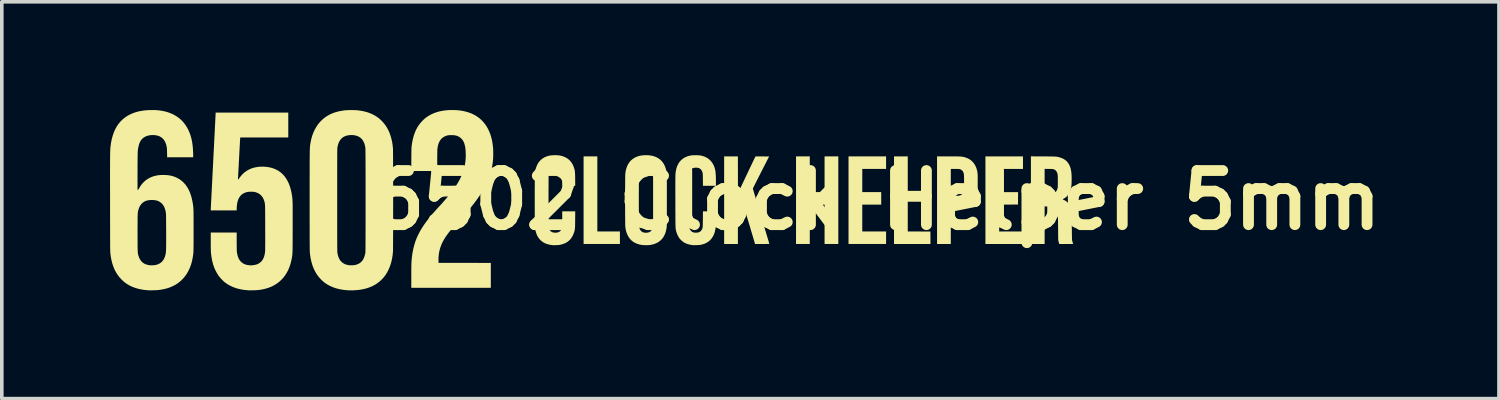
<source format=kicad_pcb>
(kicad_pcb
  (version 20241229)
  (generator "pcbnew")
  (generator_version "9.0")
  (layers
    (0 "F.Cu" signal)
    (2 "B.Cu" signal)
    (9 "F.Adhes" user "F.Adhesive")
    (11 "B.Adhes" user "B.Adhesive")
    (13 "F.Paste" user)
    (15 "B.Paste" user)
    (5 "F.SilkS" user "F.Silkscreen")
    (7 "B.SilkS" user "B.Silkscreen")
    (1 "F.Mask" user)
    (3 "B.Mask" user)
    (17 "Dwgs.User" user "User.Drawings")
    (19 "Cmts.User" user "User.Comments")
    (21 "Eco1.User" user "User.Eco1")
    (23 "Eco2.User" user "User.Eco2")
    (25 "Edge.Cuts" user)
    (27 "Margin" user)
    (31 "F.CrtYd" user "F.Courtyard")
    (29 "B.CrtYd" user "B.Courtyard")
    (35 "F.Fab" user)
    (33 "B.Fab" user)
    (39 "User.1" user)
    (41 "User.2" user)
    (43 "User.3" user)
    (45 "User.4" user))
  (footprint "6502 Clock Helper 5mm"
    (layer "F.Cu")
    (at 21.237 2.499)
    (property "Reference" "6502 Clock Helper 5mm" (at 0 0 0) (layer "F.SilkS") (effects (font (size 1.5 1.5) (thickness 0.3))))
    (attr board_only exclude_from_pos_files exclude_from_bom)
    (fp_poly (pts (xy -7.729 -0.173) (xy -7.729 0.867) (xy -7.416 0.867) (xy -7.103 0.867) (xy -7.103 1.041) (xy -7.103 1.214) (xy -7.606 1.214) (xy -8.11 1.214) (xy -8.11 0) (xy -8.11 -1.214) (xy -7.92 -1.214) (xy -7.729 -1.214)) (stroke (width 0) (type solid)) (fill yes) (layer "F.SilkS"))
    (fp_poly (pts (xy 0.876 -0.173) (xy 0.876 0.867) (xy 1.19 0.868) (xy 1.504 0.869) (xy 1.505 1.042) (xy 1.506 1.214) (xy 1.001 1.214) (xy 0.495 1.214) (xy 0.495 0) (xy 0.495 -1.214) (xy 0.685 -1.214) (xy 0.876 -1.214)) (stroke (width 0) (type solid)) (fill yes) (layer "F.SilkS"))
    (fp_poly (pts (xy -1.84 -0.719) (xy -1.84 -0.224) (xy -1.635 -0.224) (xy -1.43 -0.224) (xy -1.43 -0.719) (xy -1.43 -1.214) (xy -1.24 -1.214) (xy -1.049 -1.214) (xy -1.049 0) (xy -1.049 1.214) (xy -1.24 1.214) (xy -1.43 1.214) (xy -1.43 0.668) (xy -1.43 0.123) (xy -1.635 0.123) (xy -1.84 0.123) (xy -1.84 0.668) (xy -1.84 1.214) (xy -2.031 1.214) (xy -2.221 1.214) (xy -2.221 0) (xy -2.221 -1.214) (xy -2.031 -1.214) (xy -1.84 -1.214)) (stroke (width 0) (type solid)) (fill yes) (layer "F.SilkS"))
    (fp_poly (pts (xy 0.275 -1.041) (xy 0.275 -0.867) (xy -0.055 -0.867) (xy -0.385 -0.867) (xy -0.385 -0.546) (xy -0.385 -0.224) (xy -0.123 -0.224) (xy 0.14 -0.224) (xy 0.14 -0.051) (xy 0.14 0.123) (xy -0.123 0.123) (xy -0.385 0.123) (xy -0.385 0.495) (xy -0.385 0.867) (xy -0.055 0.867) (xy 0.275 0.867) (xy 0.275 1.041) (xy 0.275 1.214) (xy -0.245 1.214) (xy -0.766 1.214) (xy -0.766 0) (xy -0.766 -1.214) (xy -0.245 -1.214) (xy 0.275 -1.214)) (stroke (width 0) (type solid)) (fill yes) (layer "F.SilkS"))
    (fp_poly (pts (xy 4.07 -1.041) (xy 4.07 -0.867) (xy 3.74 -0.867) (xy 3.41 -0.867) (xy 3.41 -0.546) (xy 3.41 -0.224) (xy 3.672 -0.224) (xy 3.934 -0.224) (xy 3.933 -0.052) (xy 3.932 0.121) (xy 3.671 0.122) (xy 3.41 0.123) (xy 3.41 0.495) (xy 3.41 0.867) (xy 3.74 0.867) (xy 4.07 0.867) (xy 4.07 1.041) (xy 4.07 1.214) (xy 3.549 1.214) (xy 3.029 1.214) (xy 3.029 0) (xy 3.029 -1.214) (xy 3.549 -1.214) (xy 4.07 -1.214)) (stroke (width 0) (type solid)) (fill yes) (layer "F.SilkS"))
    (fp_poly (pts (xy -3.832 -0.704) (xy -3.831 -0.193) (xy -3.59 -0.701) (xy -3.561 -0.762) (xy -3.533 -0.822) (xy -3.506 -0.879) (xy -3.48 -0.933) (xy -3.456 -0.983) (xy -3.434 -1.03) (xy -3.413 -1.073) (xy -3.396 -1.11) (xy -3.38 -1.142) (xy -3.367 -1.169) (xy -3.357 -1.19) (xy -3.351 -1.203) (xy -3.347 -1.21) (xy -3.347 -1.211) (xy -3.342 -1.212) (xy -3.33 -1.212) (xy -3.311 -1.213) (xy -3.286 -1.213) (xy -3.256 -1.213) (xy -3.222 -1.213) (xy -3.185 -1.213) (xy -3.155 -1.213) (xy -2.967 -1.212) (xy -3.193 -0.77) (xy -3.222 -0.713) (xy -3.25 -0.658) (xy -3.276 -0.605) (xy -3.302 -0.556) (xy -3.325 -0.51) (xy -3.346 -0.467) (xy -3.365 -0.43) (xy -3.382 -0.397) (xy -3.395 -0.369) (xy -3.406 -0.348) (xy -3.414 -0.333) (xy -3.417 -0.324) (xy -3.418 -0.323) (xy -3.417 -0.318) (xy -3.413 -0.306) (xy -3.408 -0.286) (xy -3.4 -0.26) (xy -3.39 -0.227) (xy -3.379 -0.188) (xy -3.365 -0.143) (xy -3.35 -0.093) (xy -3.334 -0.038) (xy -3.316 0.022) (xy -3.297 0.085) (xy -3.277 0.152) (xy -3.256 0.223) (xy -3.234 0.297) (xy -3.211 0.373) (xy -3.19 0.444) (xy -3.166 0.522) (xy -3.144 0.598) (xy -3.122 0.671) (xy -3.101 0.742) (xy -3.081 0.809) (xy -3.062 0.872) (xy -3.044 0.931) (xy -3.028 0.985) (xy -3.013 1.035) (xy -3 1.079) (xy -2.988 1.118) (xy -2.979 1.15) (xy -2.971 1.176) (xy -2.966 1.195) (xy -2.962 1.206) (xy -2.961 1.21) (xy -2.966 1.211) (xy -2.978 1.212) (xy -2.999 1.213) (xy -3.028 1.213) (xy -3.065 1.214) (xy -3.11 1.214) (xy -3.159 1.214) (xy -3.357 1.214) (xy -3.517 0.675) (xy -3.537 0.609) (xy -3.556 0.546) (xy -3.574 0.486) (xy -3.591 0.429) (xy -3.607 0.375) (xy -3.622 0.326) (xy -3.635 0.281) (xy -3.647 0.241) (xy -3.658 0.207) (xy -3.666 0.179) (xy -3.673 0.158) (xy -3.678 0.143) (xy -3.68 0.136) (xy -3.68 0.135) (xy -3.683 0.139) (xy -3.688 0.15) (xy -3.697 0.166) (xy -3.708 0.188) (xy -3.721 0.214) (xy -3.736 0.244) (xy -3.752 0.276) (xy -3.758 0.289) (xy -3.833 0.442) (xy -3.833 0.828) (xy -3.833 1.214) (xy -4.023 1.214) (xy -4.214 1.214) (xy -4.214 0) (xy -4.214 -1.214) (xy -4.023 -1.214) (xy -3.833 -1.214)) (stroke (width 0) (type solid)) (fill yes) (layer "F.SilkS"))
    (fp_poly (pts (xy 2.064 -1.214) (xy 2.123 -1.214) (xy 2.174 -1.214) (xy 2.219 -1.213) (xy 2.258 -1.213) (xy 2.292 -1.212) (xy 2.321 -1.21) (xy 2.347 -1.209) (xy 2.369 -1.207) (xy 2.389 -1.204) (xy 2.407 -1.201) (xy 2.424 -1.198) (xy 2.441 -1.194) (xy 2.458 -1.189) (xy 2.475 -1.184) (xy 2.481 -1.182) (xy 2.54 -1.159) (xy 2.594 -1.13) (xy 2.642 -1.094) (xy 2.685 -1.052) (xy 2.721 -1.004) (xy 2.753 -0.95) (xy 2.778 -0.889) (xy 2.791 -0.846) (xy 2.796 -0.827) (xy 2.801 -0.81) (xy 2.804 -0.793) (xy 2.807 -0.777) (xy 2.809 -0.759) (xy 2.811 -0.739) (xy 2.813 -0.717) (xy 2.814 -0.69) (xy 2.815 -0.66) (xy 2.815 -0.624) (xy 2.815 -0.582) (xy 2.815 -0.533) (xy 2.815 -0.495) (xy 2.815 -0.444) (xy 2.815 -0.4) (xy 2.815 -0.364) (xy 2.815 -0.333) (xy 2.814 -0.308) (xy 2.814 -0.287) (xy 2.813 -0.269) (xy 2.812 -0.255) (xy 2.811 -0.243) (xy 2.81 -0.232) (xy 2.808 -0.221) (xy 2.808 -0.22) (xy 2.794 -0.156) (xy 2.777 -0.099) (xy 2.756 -0.047) (xy 2.731 -0.001) (xy 2.701 0.042) (xy 2.674 0.073) (xy 2.642 0.104) (xy 2.61 0.13) (xy 2.574 0.152) (xy 2.558 0.16) (xy 2.525 0.176) (xy 2.492 0.189) (xy 2.458 0.2) (xy 2.423 0.208) (xy 2.384 0.215) (xy 2.341 0.219) (xy 2.292 0.222) (xy 2.237 0.224) (xy 2.192 0.224) (xy 2.069 0.224) (xy 2.069 0.719) (xy 2.069 1.214) (xy 1.878 1.214) (xy 1.688 1.214) (xy 1.688 0) (xy 1.688 -0.495) (xy 2.069 -0.495) (xy 2.069 -0.123) (xy 2.18 -0.123) (xy 2.219 -0.123) (xy 2.25 -0.123) (xy 2.275 -0.124) (xy 2.294 -0.126) (xy 2.307 -0.127) (xy 2.313 -0.129) (xy 2.347 -0.141) (xy 2.375 -0.159) (xy 2.397 -0.182) (xy 2.415 -0.211) (xy 2.427 -0.247) (xy 2.431 -0.264) (xy 2.432 -0.278) (xy 2.434 -0.298) (xy 2.435 -0.325) (xy 2.436 -0.357) (xy 2.437 -0.393) (xy 2.437 -0.432) (xy 2.437 -0.473) (xy 2.437 -0.514) (xy 2.437 -0.555) (xy 2.437 -0.593) (xy 2.436 -0.63) (xy 2.435 -0.662) (xy 2.434 -0.689) (xy 2.432 -0.711) (xy 2.431 -0.724) (xy 2.431 -0.725) (xy 2.42 -0.764) (xy 2.406 -0.796) (xy 2.386 -0.821) (xy 2.362 -0.84) (xy 2.356 -0.844) (xy 2.343 -0.85) (xy 2.331 -0.856) (xy 2.318 -0.86) (xy 2.304 -0.863) (xy 2.286 -0.865) (xy 2.264 -0.866) (xy 2.237 -0.867) (xy 2.203 -0.867) (xy 2.18 -0.867) (xy 2.069 -0.867) (xy 2.069 -0.495) (xy 1.688 -0.495) (xy 1.688 -1.214) (xy 1.998 -1.214)) (stroke (width 0) (type solid)) (fill yes) (layer "F.SilkS"))
    (fp_poly (pts (xy 4.627 -1.213) (xy 4.691 -1.213) (xy 4.747 -1.213) (xy 4.796 -1.212) (xy 4.838 -1.212) (xy 4.875 -1.211) (xy 4.906 -1.211) (xy 4.933 -1.21) (xy 4.956 -1.209) (xy 4.976 -1.207) (xy 4.993 -1.206) (xy 5.008 -1.204) (xy 5.022 -1.202) (xy 5.036 -1.199) (xy 5.049 -1.196) (xy 5.063 -1.192) (xy 5.078 -1.189) (xy 5.138 -1.169) (xy 5.192 -1.145) (xy 5.239 -1.115) (xy 5.28 -1.079) (xy 5.316 -1.038) (xy 5.346 -0.991) (xy 5.36 -0.963) (xy 5.376 -0.926) (xy 5.389 -0.886) (xy 5.399 -0.844) (xy 5.407 -0.798) (xy 5.413 -0.747) (xy 5.417 -0.69) (xy 5.419 -0.626) (xy 5.419 -0.586) (xy 5.418 -0.516) (xy 5.416 -0.454) (xy 5.411 -0.398) (xy 5.404 -0.349) (xy 5.395 -0.304) (xy 5.384 -0.264) (xy 5.369 -0.227) (xy 5.353 -0.193) (xy 5.333 -0.16) (xy 5.33 -0.157) (xy 5.306 -0.127) (xy 5.277 -0.097) (xy 5.244 -0.07) (xy 5.21 -0.048) (xy 5.187 -0.036) (xy 5.177 -0.031) (xy 5.171 -0.026) (xy 5.171 -0.025) (xy 5.175 -0.021) (xy 5.185 -0.016) (xy 5.199 -0.009) (xy 5.204 -0.007) (xy 5.247 0.015) (xy 5.284 0.042) (xy 5.316 0.074) (xy 5.343 0.111) (xy 5.366 0.154) (xy 5.385 0.205) (xy 5.396 0.247) (xy 5.4 0.264) (xy 5.404 0.28) (xy 5.407 0.296) (xy 5.409 0.313) (xy 5.412 0.33) (xy 5.414 0.349) (xy 5.415 0.371) (xy 5.417 0.395) (xy 5.418 0.423) (xy 5.419 0.455) (xy 5.42 0.492) (xy 5.421 0.535) (xy 5.422 0.584) (xy 5.422 0.639) (xy 5.423 0.702) (xy 5.423 0.742) (xy 5.424 0.805) (xy 5.425 0.86) (xy 5.425 0.907) (xy 5.426 0.948) (xy 5.426 0.983) (xy 5.427 1.012) (xy 5.427 1.037) (xy 5.428 1.057) (xy 5.429 1.074) (xy 5.43 1.087) (xy 5.43 1.098) (xy 5.432 1.108) (xy 5.433 1.116) (xy 5.434 1.123) (xy 5.435 1.127) (xy 5.44 1.148) (xy 5.446 1.168) (xy 5.451 1.184) (xy 5.453 1.188) (xy 5.458 1.2) (xy 5.461 1.209) (xy 5.462 1.212) (xy 5.458 1.213) (xy 5.446 1.213) (xy 5.427 1.213) (xy 5.403 1.214) (xy 5.373 1.214) (xy 5.34 1.214) (xy 5.302 1.214) (xy 5.269 1.214) (xy 5.076 1.214) (xy 5.072 1.203) (xy 5.069 1.194) (xy 5.065 1.179) (xy 5.06 1.16) (xy 5.057 1.146) (xy 5.046 1.102) (xy 5.043 0.747) (xy 5.042 0.68) (xy 5.041 0.622) (xy 5.041 0.571) (xy 5.04 0.527) (xy 5.039 0.49) (xy 5.039 0.458) (xy 5.038 0.431) (xy 5.037 0.409) (xy 5.036 0.392) (xy 5.035 0.378) (xy 5.034 0.367) (xy 5.033 0.359) (xy 5.033 0.357) (xy 5.023 0.314) (xy 5.01 0.278) (xy 4.994 0.249) (xy 4.973 0.225) (xy 4.948 0.206) (xy 4.917 0.192) (xy 4.901 0.186) (xy 4.891 0.183) (xy 4.88 0.18) (xy 4.869 0.179) (xy 4.854 0.177) (xy 4.836 0.176) (xy 4.812 0.175) (xy 4.782 0.175) (xy 4.771 0.174) (xy 4.67 0.173) (xy 4.67 0.693) (xy 4.67 1.214) (xy 4.48 1.214) (xy 4.29 1.214) (xy 4.29 -0.000211) (xy 4.29 -0.52) (xy 4.67 -0.52) (xy 4.67 -0.172) (xy 4.771 -0.175) (xy 4.806 -0.175) (xy 4.833 -0.176) (xy 4.854 -0.178) (xy 4.87 -0.179) (xy 4.883 -0.181) (xy 4.893 -0.183) (xy 4.895 -0.184) (xy 4.931 -0.198) (xy 4.962 -0.217) (xy 4.986 -0.24) (xy 5.005 -0.268) (xy 5.02 -0.304) (xy 5.027 -0.325) (xy 5.029 -0.334) (xy 5.031 -0.342) (xy 5.033 -0.352) (xy 5.034 -0.363) (xy 5.035 -0.377) (xy 5.035 -0.395) (xy 5.036 -0.417) (xy 5.036 -0.446) (xy 5.036 -0.48) (xy 5.036 -0.52) (xy 5.036 -0.568) (xy 5.036 -0.608) (xy 5.035 -0.641) (xy 5.034 -0.669) (xy 5.032 -0.692) (xy 5.03 -0.712) (xy 5.027 -0.728) (xy 5.023 -0.743) (xy 5.018 -0.757) (xy 5.012 -0.771) (xy 5.007 -0.782) (xy 4.989 -0.81) (xy 4.966 -0.833) (xy 4.938 -0.85) (xy 4.925 -0.855) (xy 4.918 -0.858) (xy 4.91 -0.86) (xy 4.902 -0.862) (xy 4.891 -0.864) (xy 4.877 -0.865) (xy 4.858 -0.865) (xy 4.834 -0.866) (xy 4.803 -0.866) (xy 4.786 -0.866) (xy 4.67 -0.868) (xy 4.67 -0.52) (xy 4.29 -0.52) (xy 4.29 -1.215)) (stroke (width 0) (type solid)) (fill yes) (layer "F.SilkS"))
    (fp_poly (pts (xy -11.659 -2.497) (xy -11.565 -2.49) (xy -11.513 -2.483) (xy -11.416 -2.465) (xy -11.324 -2.441) (xy -11.237 -2.411) (xy -11.156 -2.374) (xy -11.081 -2.331) (xy -11.011 -2.282) (xy -10.946 -2.226) (xy -10.932 -2.212) (xy -10.879 -2.155) (xy -10.833 -2.096) (xy -10.792 -2.034) (xy -10.754 -1.965) (xy -10.75 -1.957) (xy -10.716 -1.881) (xy -10.687 -1.803) (xy -10.663 -1.722) (xy -10.644 -1.636) (xy -10.63 -1.545) (xy -10.619 -1.447) (xy -10.619 -1.445) (xy -10.617 -1.415) (xy -10.616 -1.38) (xy -10.615 -1.339) (xy -10.615 -1.296) (xy -10.615 -1.252) (xy -10.616 -1.21) (xy -10.617 -1.17) (xy -10.619 -1.135) (xy -10.621 -1.11) (xy -10.635 -0.996) (xy -10.656 -0.884) (xy -10.683 -0.773) (xy -10.718 -0.663) (xy -10.759 -0.554) (xy -10.808 -0.445) (xy -10.865 -0.335) (xy -10.929 -0.225) (xy -11 -0.113) (xy -11.071 -0.013) (xy -11.115 0.047) (xy -11.161 0.107) (xy -11.209 0.168) (xy -11.26 0.229) (xy -11.314 0.294) (xy -11.372 0.361) (xy -11.436 0.431) (xy -11.504 0.506) (xy -11.536 0.542) (xy -11.596 0.606) (xy -11.65 0.666) (xy -11.699 0.721) (xy -11.743 0.771) (xy -11.783 0.819) (xy -11.82 0.863) (xy -11.853 0.905) (xy -11.883 0.945) (xy -11.911 0.984) (xy -11.937 1.022) (xy -11.962 1.06) (xy -11.964 1.064) (xy -12.012 1.148) (xy -12.052 1.233) (xy -12.084 1.321) (xy -12.108 1.411) (xy -12.124 1.503) (xy -12.132 1.599) (xy -12.132 1.684) (xy -12.131 1.737) (xy -11.407 1.738) (xy -10.682 1.739) (xy -10.682 2.084) (xy -10.682 2.428) (xy -11.784 2.428) (xy -12.886 2.428) (xy -12.886 2.106) (xy -12.886 2.037) (xy -12.886 1.977) (xy -12.886 1.924) (xy -12.885 1.877) (xy -12.885 1.836) (xy -12.884 1.801) (xy -12.883 1.77) (xy -12.882 1.743) (xy -12.881 1.72) (xy -12.88 1.7) (xy -12.88 1.699) (xy -12.869 1.579) (xy -12.853 1.466) (xy -12.833 1.358) (xy -12.807 1.255) (xy -12.777 1.155) (xy -12.74 1.058) (xy -12.697 0.963) (xy -12.648 0.868) (xy -12.592 0.773) (xy -12.529 0.677) (xy -12.458 0.579) (xy -12.449 0.567) (xy -12.417 0.526) (xy -12.386 0.486) (xy -12.353 0.446) (xy -12.319 0.405) (xy -12.283 0.363) (xy -12.243 0.318) (xy -12.199 0.269) (xy -12.151 0.216) (xy -12.127 0.19) (xy -12.04 0.095) (xy -11.96 0.004) (xy -11.886 -0.082) (xy -11.818 -0.165) (xy -11.756 -0.245) (xy -11.7 -0.322) (xy -11.649 -0.396) (xy -11.603 -0.468) (xy -11.562 -0.539) (xy -11.526 -0.608) (xy -11.494 -0.676) (xy -11.467 -0.744) (xy -11.443 -0.812) (xy -11.423 -0.88) (xy -11.407 -0.949) (xy -11.394 -1.019) (xy -11.391 -1.036) (xy -11.384 -1.087) (xy -11.38 -1.137) (xy -11.377 -1.19) (xy -11.376 -1.247) (xy -11.377 -1.292) (xy -11.38 -1.365) (xy -11.386 -1.43) (xy -11.395 -1.489) (xy -11.407 -1.541) (xy -11.422 -1.587) (xy -11.44 -1.628) (xy -11.462 -1.664) (xy -11.488 -1.697) (xy -11.518 -1.726) (xy -11.522 -1.729) (xy -11.558 -1.754) (xy -11.596 -1.774) (xy -11.639 -1.789) (xy -11.687 -1.799) (xy -11.741 -1.803) (xy -11.776 -1.804) (xy -11.818 -1.803) (xy -11.854 -1.8) (xy -11.887 -1.794) (xy -11.917 -1.785) (xy -11.948 -1.773) (xy -11.967 -1.764) (xy -12.01 -1.738) (xy -12.048 -1.706) (xy -12.08 -1.668) (xy -12.107 -1.624) (xy -12.129 -1.573) (xy -12.146 -1.516) (xy -12.158 -1.451) (xy -12.163 -1.418) (xy -12.163 -1.405) (xy -12.164 -1.384) (xy -12.165 -1.356) (xy -12.166 -1.322) (xy -12.166 -1.282) (xy -12.166 -1.237) (xy -12.167 -1.187) (xy -12.167 -1.134) (xy -12.167 -1.091) (xy -12.167 -0.808) (xy -12.527 -0.808) (xy -12.887 -0.808) (xy -12.885 -1.126) (xy -12.885 -1.188) (xy -12.884 -1.243) (xy -12.884 -1.29) (xy -12.883 -1.33) (xy -12.883 -1.365) (xy -12.882 -1.395) (xy -12.882 -1.42) (xy -12.881 -1.441) (xy -12.88 -1.46) (xy -12.879 -1.475) (xy -12.878 -1.489) (xy -12.876 -1.502) (xy -12.876 -1.504) (xy -12.86 -1.608) (xy -12.84 -1.705) (xy -12.815 -1.795) (xy -12.785 -1.88) (xy -12.75 -1.959) (xy -12.709 -2.033) (xy -12.662 -2.102) (xy -12.61 -2.166) (xy -12.554 -2.225) (xy -12.49 -2.281) (xy -12.42 -2.33) (xy -12.345 -2.373) (xy -12.264 -2.41) (xy -12.178 -2.441) (xy -12.116 -2.458) (xy -12.032 -2.476) (xy -11.942 -2.489) (xy -11.849 -2.497) (xy -11.754 -2.499)) (stroke (width 0) (type solid)) (fill yes) (layer "F.SilkS"))
    (fp_poly (pts (xy -8.863 -1.247) (xy -8.825 -1.245) (xy -8.794 -1.242) (xy -8.729 -1.23) (xy -8.668 -1.211) (xy -8.615 -1.189) (xy -8.562 -1.158) (xy -8.514 -1.121) (xy -8.471 -1.077) (xy -8.435 -1.027) (xy -8.404 -0.972) (xy -8.379 -0.91) (xy -8.379 -0.908) (xy -8.371 -0.886) (xy -8.365 -0.865) (xy -8.36 -0.845) (xy -8.356 -0.825) (xy -8.352 -0.804) (xy -8.35 -0.781) (xy -8.348 -0.755) (xy -8.346 -0.725) (xy -8.345 -0.69) (xy -8.344 -0.648) (xy -8.344 -0.6) (xy -8.344 -0.583) (xy -8.342 -0.398) (xy -8.522 -0.398) (xy -8.702 -0.398) (xy -8.702 -0.562) (xy -8.702 -0.606) (xy -8.703 -0.646) (xy -8.703 -0.68) (xy -8.704 -0.709) (xy -8.705 -0.73) (xy -8.706 -0.745) (xy -8.707 -0.75) (xy -8.718 -0.791) (xy -8.735 -0.826) (xy -8.757 -0.854) (xy -8.784 -0.876) (xy -8.816 -0.891) (xy -8.854 -0.899) (xy -8.889 -0.902) (xy -8.932 -0.899) (xy -8.969 -0.891) (xy -9 -0.876) (xy -9.026 -0.855) (xy -9.048 -0.828) (xy -9.065 -0.793) (xy -9.073 -0.768) (xy -9.074 -0.764) (xy -9.075 -0.76) (xy -9.076 -0.755) (xy -9.077 -0.748) (xy -9.077 -0.739) (xy -9.078 -0.728) (xy -9.078 -0.715) (xy -9.079 -0.698) (xy -9.079 -0.678) (xy -9.08 -0.655) (xy -9.08 -0.627) (xy -9.08 -0.595) (xy -9.081 -0.557) (xy -9.081 -0.515) (xy -9.081 -0.466) (xy -9.081 -0.412) (xy -9.081 -0.351) (xy -9.082 -0.283) (xy -9.082 -0.208) (xy -9.082 -0.126) (xy -9.082 -0.035) (xy -9.082 -0.019) (xy -9.082 0.082) (xy -9.082 0.175) (xy -9.082 0.26) (xy -9.082 0.338) (xy -9.082 0.407) (xy -9.082 0.47) (xy -9.082 0.525) (xy -9.082 0.573) (xy -9.081 0.615) (xy -9.081 0.65) (xy -9.081 0.68) (xy -9.08 0.703) (xy -9.08 0.72) (xy -9.079 0.732) (xy -9.079 0.738) (xy -9.071 0.772) (xy -9.06 0.804) (xy -9.046 0.832) (xy -9.03 0.852) (xy -9.005 0.873) (xy -8.976 0.888) (xy -8.943 0.897) (xy -8.904 0.901) (xy -8.888 0.902) (xy -8.846 0.898) (xy -8.808 0.888) (xy -8.777 0.872) (xy -8.751 0.85) (xy -8.731 0.821) (xy -8.723 0.806) (xy -8.719 0.795) (xy -8.715 0.784) (xy -8.712 0.772) (xy -8.709 0.76) (xy -8.707 0.745) (xy -8.705 0.728) (xy -8.704 0.706) (xy -8.703 0.68) (xy -8.703 0.649) (xy -8.702 0.612) (xy -8.702 0.568) (xy -8.702 0.518) (xy -8.702 0.309) (xy -8.522 0.309) (xy -8.342 0.309) (xy -8.344 0.538) (xy -8.344 0.593) (xy -8.345 0.641) (xy -8.345 0.682) (xy -8.346 0.716) (xy -8.347 0.746) (xy -8.349 0.772) (xy -8.351 0.794) (xy -8.354 0.814) (xy -8.357 0.833) (xy -8.361 0.85) (xy -8.366 0.868) (xy -8.372 0.887) (xy -8.379 0.907) (xy -8.379 0.908) (xy -8.404 0.971) (xy -8.435 1.027) (xy -8.472 1.078) (xy -8.515 1.122) (xy -8.546 1.147) (xy -8.585 1.173) (xy -8.63 1.196) (xy -8.681 1.215) (xy -8.734 1.231) (xy -8.789 1.241) (xy -8.791 1.242) (xy -8.81 1.244) (xy -8.835 1.245) (xy -8.864 1.246) (xy -8.894 1.247) (xy -8.924 1.247) (xy -8.951 1.247) (xy -8.974 1.246) (xy -8.988 1.245) (xy -9.059 1.233) (xy -9.124 1.216) (xy -9.183 1.193) (xy -9.236 1.163) (xy -9.283 1.128) (xy -9.317 1.095) (xy -9.355 1.05) (xy -9.386 1.001) (xy -9.411 0.948) (xy -9.432 0.889) (xy -9.447 0.824) (xy -9.457 0.762) (xy -9.458 0.75) (xy -9.459 0.73) (xy -9.46 0.702) (xy -9.461 0.668) (xy -9.461 0.628) (xy -9.462 0.582) (xy -9.462 0.531) (xy -9.463 0.476) (xy -9.463 0.416) (xy -9.464 0.353) (xy -9.464 0.287) (xy -9.464 0.219) (xy -9.464 0.15) (xy -9.464 0.079) (xy -9.464 0.007) (xy -9.464 -0.065) (xy -9.464 -0.136) (xy -9.464 -0.206) (xy -9.464 -0.274) (xy -9.464 -0.341) (xy -9.463 -0.404) (xy -9.463 -0.465) (xy -9.462 -0.521) (xy -9.462 -0.573) (xy -9.461 -0.62) (xy -9.461 -0.661) (xy -9.46 -0.696) (xy -9.459 -0.725) (xy -9.458 -0.746) (xy -9.457 -0.76) (xy -9.457 -0.762) (xy -9.445 -0.836) (xy -9.426 -0.905) (xy -9.402 -0.967) (xy -9.373 -1.023) (xy -9.337 -1.073) (xy -9.296 -1.117) (xy -9.249 -1.155) (xy -9.196 -1.186) (xy -9.137 -1.212) (xy -9.073 -1.231) (xy -9.051 -1.236) (xy -9.021 -1.24) (xy -8.985 -1.244) (xy -8.945 -1.246) (xy -8.903 -1.247)) (stroke (width 0) (type solid)) (fill yes) (layer "F.SilkS"))
    (fp_poly (pts (xy -4.965 -1.246) (xy -4.931 -1.245) (xy -4.903 -1.243) (xy -4.877 -1.24) (xy -4.854 -1.236) (xy -4.83 -1.23) (xy -4.803 -1.223) (xy -4.8 -1.222) (xy -4.74 -1.2) (xy -4.684 -1.171) (xy -4.634 -1.135) (xy -4.59 -1.094) (xy -4.551 -1.047) (xy -4.519 -0.995) (xy -4.515 -0.988) (xy -4.5 -0.956) (xy -4.487 -0.925) (xy -4.476 -0.892) (xy -4.467 -0.858) (xy -4.459 -0.822) (xy -4.453 -0.782) (xy -4.449 -0.738) (xy -4.446 -0.689) (xy -4.443 -0.634) (xy -4.442 -0.571) (xy -4.442 -0.517) (xy -4.442 -0.398) (xy -4.621 -0.398) (xy -4.801 -0.398) (xy -4.803 -0.564) (xy -4.804 -0.61) (xy -4.804 -0.648) (xy -4.805 -0.68) (xy -4.806 -0.705) (xy -4.807 -0.725) (xy -4.809 -0.74) (xy -4.81 -0.752) (xy -4.811 -0.757) (xy -4.824 -0.798) (xy -4.841 -0.831) (xy -4.863 -0.858) (xy -4.89 -0.878) (xy -4.922 -0.892) (xy -4.961 -0.9) (xy -4.993 -0.902) (xy -5.036 -0.899) (xy -5.073 -0.89) (xy -5.105 -0.875) (xy -5.131 -0.853) (xy -5.152 -0.825) (xy -5.169 -0.79) (xy -5.177 -0.763) (xy -5.178 -0.759) (xy -5.179 -0.754) (xy -5.18 -0.749) (xy -5.18 -0.742) (xy -5.181 -0.733) (xy -5.182 -0.721) (xy -5.182 -0.708) (xy -5.182 -0.691) (xy -5.183 -0.671) (xy -5.183 -0.647) (xy -5.183 -0.619) (xy -5.184 -0.587) (xy -5.184 -0.55) (xy -5.184 -0.507) (xy -5.184 -0.459) (xy -5.184 -0.405) (xy -5.184 -0.345) (xy -5.184 -0.277) (xy -5.184 -0.203) (xy -5.184 -0.121) (xy -5.184 -0.031) (xy -5.184 0.002) (xy -5.184 0.095) (xy -5.184 0.18) (xy -5.184 0.257) (xy -5.184 0.326) (xy -5.184 0.389) (xy -5.184 0.445) (xy -5.184 0.496) (xy -5.184 0.54) (xy -5.184 0.579) (xy -5.184 0.613) (xy -5.183 0.642) (xy -5.183 0.667) (xy -5.183 0.688) (xy -5.182 0.706) (xy -5.182 0.72) (xy -5.181 0.732) (xy -5.181 0.742) (xy -5.18 0.749) (xy -5.179 0.755) (xy -5.178 0.76) (xy -5.177 0.764) (xy -5.177 0.766) (xy -5.163 0.805) (xy -5.145 0.837) (xy -5.122 0.862) (xy -5.094 0.881) (xy -5.061 0.895) (xy -5.054 0.896) (xy -5.04 0.899) (xy -5.021 0.901) (xy -5.001 0.901) (xy -4.994 0.901) (xy -4.951 0.898) (xy -4.914 0.889) (xy -4.883 0.874) (xy -4.857 0.852) (xy -4.836 0.824) (xy -4.828 0.809) (xy -4.823 0.798) (xy -4.819 0.787) (xy -4.815 0.777) (xy -4.813 0.765) (xy -4.81 0.752) (xy -4.808 0.736) (xy -4.807 0.717) (xy -4.806 0.693) (xy -4.805 0.665) (xy -4.804 0.631) (xy -4.804 0.59) (xy -4.803 0.542) (xy -4.803 0.521) (xy -4.801 0.309) (xy -4.621 0.309) (xy -4.442 0.309) (xy -4.442 0.473) (xy -4.442 0.543) (xy -4.443 0.605) (xy -4.445 0.659) (xy -4.447 0.706) (xy -4.449 0.746) (xy -4.453 0.78) (xy -4.456 0.808) (xy -4.457 0.812) (xy -4.474 0.883) (xy -4.496 0.947) (xy -4.525 1.006) (xy -4.559 1.058) (xy -4.598 1.104) (xy -4.644 1.144) (xy -4.695 1.177) (xy -4.752 1.205) (xy -4.815 1.226) (xy -4.867 1.238) (xy -4.883 1.24) (xy -4.904 1.242) (xy -4.931 1.244) (xy -4.96 1.245) (xy -4.99 1.246) (xy -5.02 1.247) (xy -5.047 1.247) (xy -5.07 1.247) (xy -5.087 1.246) (xy -5.091 1.245) (xy -5.149 1.236) (xy -5.2 1.224) (xy -5.245 1.21) (xy -5.287 1.193) (xy -5.326 1.171) (xy -5.36 1.148) (xy -5.405 1.11) (xy -5.446 1.066) (xy -5.48 1.016) (xy -5.509 0.96) (xy -5.532 0.898) (xy -5.542 0.865) (xy -5.545 0.854) (xy -5.547 0.844) (xy -5.55 0.834) (xy -5.552 0.825) (xy -5.554 0.815) (xy -5.555 0.805) (xy -5.557 0.794) (xy -5.558 0.781) (xy -5.56 0.766) (xy -5.561 0.749) (xy -5.561 0.729) (xy -5.562 0.706) (xy -5.563 0.679) (xy -5.564 0.648) (xy -5.564 0.614) (xy -5.564 0.574) (xy -5.565 0.529) (xy -5.565 0.478) (xy -5.565 0.422) (xy -5.565 0.359) (xy -5.566 0.289) (xy -5.566 0.212) (xy -5.566 0.127) (xy -5.566 0.042) (xy -5.566 -0.06) (xy -5.567 -0.155) (xy -5.567 -0.241) (xy -5.567 -0.32) (xy -5.567 -0.391) (xy -5.567 -0.454) (xy -5.566 -0.511) (xy -5.566 -0.56) (xy -5.566 -0.603) (xy -5.565 -0.64) (xy -5.565 -0.67) (xy -5.565 -0.694) (xy -5.564 -0.713) (xy -5.563 -0.726) (xy -5.563 -0.728) (xy -5.554 -0.804) (xy -5.539 -0.875) (xy -5.518 -0.939) (xy -5.491 -0.997) (xy -5.459 -1.05) (xy -5.42 -1.096) (xy -5.375 -1.137) (xy -5.357 -1.15) (xy -5.315 -1.178) (xy -5.271 -1.2) (xy -5.224 -1.218) (xy -5.172 -1.232) (xy -5.151 -1.236) (xy -5.134 -1.24) (xy -5.119 -1.242) (xy -5.103 -1.244) (xy -5.084 -1.245) (xy -5.062 -1.245) (xy -5.035 -1.246) (xy -5.005 -1.246)) (stroke (width 0) (type solid)) (fill yes) (layer "F.SilkS"))
    (fp_poly (pts (xy -6.304 -1.245) (xy -6.231 -1.235) (xy -6.165 -1.219) (xy -6.103 -1.196) (xy -6.047 -1.167) (xy -5.996 -1.132) (xy -5.951 -1.091) (xy -5.912 -1.043) (xy -5.878 -0.99) (xy -5.851 -0.93) (xy -5.829 -0.865) (xy -5.827 -0.859) (xy -5.824 -0.847) (xy -5.821 -0.836) (xy -5.819 -0.826) (xy -5.817 -0.816) (xy -5.814 -0.806) (xy -5.812 -0.795) (xy -5.811 -0.783) (xy -5.809 -0.77) (xy -5.808 -0.755) (xy -5.807 -0.738) (xy -5.806 -0.718) (xy -5.805 -0.695) (xy -5.804 -0.668) (xy -5.804 -0.638) (xy -5.803 -0.603) (xy -5.803 -0.564) (xy -5.803 -0.52) (xy -5.802 -0.47) (xy -5.802 -0.414) (xy -5.802 -0.352) (xy -5.802 -0.283) (xy -5.802 -0.207) (xy -5.802 -0.124) (xy -5.802 -0.033) (xy -5.802 0) (xy -5.802 0.092) (xy -5.802 0.177) (xy -5.802 0.253) (xy -5.802 0.323) (xy -5.802 0.385) (xy -5.802 0.441) (xy -5.803 0.491) (xy -5.803 0.535) (xy -5.803 0.574) (xy -5.803 0.608) (xy -5.803 0.638) (xy -5.804 0.663) (xy -5.804 0.685) (xy -5.805 0.704) (xy -5.805 0.719) (xy -5.806 0.732) (xy -5.806 0.743) (xy -5.807 0.752) (xy -5.808 0.76) (xy -5.809 0.767) (xy -5.81 0.772) (xy -5.824 0.843) (xy -5.842 0.907) (xy -5.866 0.965) (xy -5.895 1.018) (xy -5.93 1.066) (xy -5.963 1.103) (xy -6.01 1.142) (xy -6.061 1.176) (xy -6.119 1.203) (xy -6.181 1.224) (xy -6.249 1.239) (xy -6.269 1.242) (xy -6.3 1.245) (xy -6.336 1.247) (xy -6.375 1.247) (xy -6.415 1.247) (xy -6.452 1.245) (xy -6.484 1.243) (xy -6.494 1.242) (xy -6.564 1.228) (xy -6.628 1.208) (xy -6.687 1.182) (xy -6.74 1.15) (xy -6.788 1.111) (xy -6.83 1.066) (xy -6.866 1.014) (xy -6.896 0.957) (xy -6.921 0.893) (xy -6.921 0.893) (xy -6.933 0.853) (xy -6.942 0.815) (xy -6.949 0.774) (xy -6.954 0.728) (xy -6.955 0.713) (xy -6.955 0.702) (xy -6.956 0.682) (xy -6.956 0.655) (xy -6.957 0.621) (xy -6.957 0.582) (xy -6.958 0.536) (xy -6.958 0.486) (xy -6.958 0.431) (xy -6.959 0.373) (xy -6.959 0.311) (xy -6.959 0.246) (xy -6.959 0.18) (xy -6.959 0.112) (xy -6.959 0.043) (xy -6.959 0.004) (xy -6.579 0.004) (xy -6.579 0.072) (xy -6.579 0.141) (xy -6.578 0.208) (xy -6.578 0.273) (xy -6.578 0.336) (xy -6.578 0.396) (xy -6.578 0.453) (xy -6.577 0.506) (xy -6.577 0.554) (xy -6.576 0.597) (xy -6.576 0.635) (xy -6.576 0.666) (xy -6.575 0.691) (xy -6.574 0.708) (xy -6.574 0.717) (xy -6.565 0.763) (xy -6.551 0.803) (xy -6.532 0.836) (xy -6.508 0.863) (xy -6.478 0.883) (xy -6.454 0.893) (xy -6.426 0.899) (xy -6.394 0.902) (xy -6.36 0.902) (xy -6.328 0.898) (xy -6.312 0.894) (xy -6.279 0.881) (xy -6.25 0.862) (xy -6.227 0.837) (xy -6.208 0.805) (xy -6.193 0.766) (xy -6.19 0.754) (xy -6.189 0.75) (xy -6.188 0.745) (xy -6.188 0.739) (xy -6.187 0.731) (xy -6.186 0.721) (xy -6.186 0.709) (xy -6.185 0.695) (xy -6.185 0.677) (xy -6.184 0.655) (xy -6.184 0.63) (xy -6.184 0.601) (xy -6.184 0.566) (xy -6.183 0.527) (xy -6.183 0.482) (xy -6.183 0.432) (xy -6.183 0.375) (xy -6.183 0.312) (xy -6.183 0.241) (xy -6.183 0.164) (xy -6.183 0.078) (xy -6.183 0) (xy -6.183 -0.092) (xy -6.183 -0.177) (xy -6.183 -0.253) (xy -6.183 -0.322) (xy -6.183 -0.385) (xy -6.183 -0.44) (xy -6.183 -0.49) (xy -6.183 -0.534) (xy -6.184 -0.572) (xy -6.184 -0.606) (xy -6.184 -0.635) (xy -6.185 -0.659) (xy -6.185 -0.68) (xy -6.185 -0.697) (xy -6.186 -0.712) (xy -6.186 -0.723) (xy -6.187 -0.732) (xy -6.188 -0.74) (xy -6.188 -0.746) (xy -6.189 -0.75) (xy -6.19 -0.754) (xy -6.204 -0.795) (xy -6.222 -0.829) (xy -6.244 -0.857) (xy -6.271 -0.877) (xy -6.303 -0.891) (xy -6.341 -0.899) (xy -6.38 -0.902) (xy -6.423 -0.899) (xy -6.461 -0.89) (xy -6.493 -0.874) (xy -6.52 -0.852) (xy -6.541 -0.824) (xy -6.557 -0.789) (xy -6.569 -0.747) (xy -6.574 -0.714) (xy -6.574 -0.704) (xy -6.575 -0.686) (xy -6.576 -0.661) (xy -6.576 -0.63) (xy -6.577 -0.592) (xy -6.577 -0.548) (xy -6.577 -0.499) (xy -6.578 -0.446) (xy -6.578 -0.389) (xy -6.578 -0.329) (xy -6.578 -0.266) (xy -6.578 -0.2) (xy -6.579 -0.133) (xy -6.579 -0.065) (xy -6.579 0.004) (xy -6.959 0.004) (xy -6.959 -0.027) (xy -6.959 -0.096) (xy -6.959 -0.164) (xy -6.959 -0.231) (xy -6.959 -0.296) (xy -6.959 -0.359) (xy -6.958 -0.418) (xy -6.958 -0.474) (xy -6.958 -0.525) (xy -6.957 -0.572) (xy -6.957 -0.613) (xy -6.957 -0.648) (xy -6.956 -0.676) (xy -6.956 -0.698) (xy -6.955 -0.711) (xy -6.955 -0.713) (xy -6.946 -0.79) (xy -6.931 -0.86) (xy -6.91 -0.925) (xy -6.884 -0.984) (xy -6.851 -1.037) (xy -6.813 -1.085) (xy -6.795 -1.103) (xy -6.748 -1.143) (xy -6.697 -1.176) (xy -6.64 -1.203) (xy -6.579 -1.224) (xy -6.512 -1.238) (xy -6.439 -1.246) (xy -6.381 -1.248)) (stroke (width 0) (type solid)) (fill yes) (layer "F.SilkS"))
    (fp_poly (pts (xy -16.296 -2.084) (xy -16.296 -1.739) (xy -16.962 -1.739) (xy -17.628 -1.739) (xy -17.63 -1.704) (xy -17.631 -1.695) (xy -17.632 -1.679) (xy -17.633 -1.655) (xy -17.635 -1.624) (xy -17.637 -1.587) (xy -17.639 -1.545) (xy -17.642 -1.497) (xy -17.645 -1.445) (xy -17.648 -1.389) (xy -17.651 -1.329) (xy -17.654 -1.267) (xy -17.658 -1.202) (xy -17.66 -1.153) (xy -17.664 -1.087) (xy -17.667 -1.023) (xy -17.67 -0.961) (xy -17.674 -0.903) (xy -17.676 -0.848) (xy -17.679 -0.797) (xy -17.682 -0.751) (xy -17.684 -0.711) (xy -17.686 -0.676) (xy -17.687 -0.647) (xy -17.689 -0.626) (xy -17.69 -0.611) (xy -17.69 -0.606) (xy -17.691 -0.59) (xy -17.691 -0.581) (xy -17.689 -0.577) (xy -17.686 -0.575) (xy -17.684 -0.575) (xy -17.675 -0.579) (xy -17.669 -0.588) (xy -17.66 -0.603) (xy -17.646 -0.623) (xy -17.629 -0.645) (xy -17.609 -0.669) (xy -17.589 -0.693) (xy -17.57 -0.714) (xy -17.557 -0.728) (xy -17.502 -0.776) (xy -17.442 -0.818) (xy -17.379 -0.853) (xy -17.311 -0.882) (xy -17.238 -0.904) (xy -17.16 -0.919) (xy -17.098 -0.927) (xy -17.04 -0.93) (xy -16.978 -0.929) (xy -16.915 -0.925) (xy -16.853 -0.917) (xy -16.796 -0.906) (xy -16.791 -0.905) (xy -16.715 -0.883) (xy -16.643 -0.854) (xy -16.577 -0.819) (xy -16.515 -0.776) (xy -16.458 -0.727) (xy -16.407 -0.671) (xy -16.36 -0.608) (xy -16.319 -0.539) (xy -16.282 -0.463) (xy -16.251 -0.38) (xy -16.225 -0.291) (xy -16.204 -0.195) (xy -16.191 -0.112) (xy -16.188 -0.095) (xy -16.186 -0.079) (xy -16.184 -0.062) (xy -16.183 -0.046) (xy -16.181 -0.029) (xy -16.18 -0.011) (xy -16.179 0.008) (xy -16.178 0.03) (xy -16.177 0.053) (xy -16.176 0.08) (xy -16.175 0.11) (xy -16.175 0.143) (xy -16.174 0.181) (xy -16.174 0.223) (xy -16.174 0.27) (xy -16.174 0.323) (xy -16.174 0.381) (xy -16.174 0.446) (xy -16.174 0.517) (xy -16.174 0.596) (xy -16.174 0.683) (xy -16.174 0.766) (xy -16.174 0.857) (xy -16.175 0.94) (xy -16.175 1.016) (xy -16.175 1.084) (xy -16.175 1.146) (xy -16.175 1.201) (xy -16.176 1.251) (xy -16.176 1.295) (xy -16.177 1.335) (xy -16.177 1.37) (xy -16.178 1.401) (xy -16.179 1.428) (xy -16.18 1.452) (xy -16.181 1.473) (xy -16.182 1.492) (xy -16.183 1.51) (xy -16.185 1.525) (xy -16.187 1.54) (xy -16.189 1.555) (xy -16.191 1.569) (xy -16.194 1.583) (xy -16.196 1.599) (xy -16.199 1.616) (xy -16.201 1.625) (xy -16.223 1.724) (xy -16.251 1.818) (xy -16.285 1.906) (xy -16.325 1.989) (xy -16.371 2.066) (xy -16.423 2.136) (xy -16.481 2.201) (xy -16.544 2.26) (xy -16.613 2.312) (xy -16.687 2.358) (xy -16.766 2.398) (xy -16.851 2.431) (xy -16.941 2.457) (xy -16.942 2.458) (xy -16.988 2.468) (xy -17.039 2.478) (xy -17.091 2.486) (xy -17.14 2.492) (xy -17.156 2.493) (xy -17.179 2.494) (xy -17.207 2.496) (xy -17.237 2.497) (xy -17.269 2.497) (xy -17.301 2.498) (xy -17.331 2.499) (xy -17.358 2.499) (xy -17.381 2.499) (xy -17.397 2.498) (xy -17.4 2.498) (xy -17.412 2.497) (xy -17.43 2.495) (xy -17.451 2.493) (xy -17.472 2.492) (xy -17.568 2.48) (xy -17.66 2.461) (xy -17.749 2.437) (xy -17.833 2.405) (xy -17.913 2.368) (xy -17.987 2.325) (xy -18.055 2.277) (xy -18.062 2.271) (xy -18.088 2.249) (xy -18.116 2.221) (xy -18.146 2.191) (xy -18.174 2.16) (xy -18.2 2.13) (xy -18.221 2.103) (xy -18.224 2.099) (xy -18.271 2.027) (xy -18.312 1.951) (xy -18.348 1.871) (xy -18.378 1.785) (xy -18.402 1.695) (xy -18.421 1.598) (xy -18.435 1.496) (xy -18.439 1.456) (xy -18.44 1.436) (xy -18.442 1.412) (xy -18.443 1.384) (xy -18.443 1.352) (xy -18.444 1.314) (xy -18.445 1.27) (xy -18.445 1.219) (xy -18.445 1.16) (xy -18.445 1.141) (xy -18.445 0.897) (xy -18.085 0.897) (xy -17.726 0.897) (xy -17.726 1.141) (xy -17.726 1.187) (xy -17.725 1.232) (xy -17.725 1.274) (xy -17.725 1.313) (xy -17.724 1.348) (xy -17.724 1.378) (xy -17.723 1.401) (xy -17.722 1.418) (xy -17.722 1.425) (xy -17.711 1.492) (xy -17.696 1.553) (xy -17.676 1.607) (xy -17.65 1.655) (xy -17.618 1.696) (xy -17.582 1.73) (xy -17.54 1.758) (xy -17.502 1.776) (xy -17.454 1.792) (xy -17.402 1.801) (xy -17.349 1.806) (xy -17.295 1.805) (xy -17.242 1.798) (xy -17.191 1.787) (xy -17.145 1.771) (xy -17.112 1.754) (xy -17.072 1.725) (xy -17.036 1.691) (xy -17.006 1.65) (xy -16.981 1.602) (xy -16.962 1.549) (xy -16.947 1.488) (xy -16.939 1.428) (xy -16.938 1.417) (xy -16.938 1.401) (xy -16.937 1.379) (xy -16.937 1.35) (xy -16.936 1.314) (xy -16.936 1.272) (xy -16.936 1.223) (xy -16.935 1.167) (xy -16.935 1.103) (xy -16.935 1.032) (xy -16.935 0.952) (xy -16.936 0.865) (xy -16.936 0.77) (xy -16.936 0.755) (xy -16.936 0.669) (xy -16.936 0.592) (xy -16.936 0.522) (xy -16.937 0.459) (xy -16.937 0.402) (xy -16.937 0.352) (xy -16.937 0.308) (xy -16.938 0.269) (xy -16.938 0.235) (xy -16.939 0.206) (xy -16.939 0.181) (xy -16.94 0.159) (xy -16.941 0.14) (xy -16.942 0.124) (xy -16.943 0.111) (xy -16.944 0.099) (xy -16.946 0.089) (xy -16.948 0.079) (xy -16.949 0.07) (xy -16.952 0.062) (xy -16.954 0.052) (xy -16.957 0.042) (xy -16.957 0.039) (xy -16.976 -0.017) (xy -16.999 -0.067) (xy -17.029 -0.11) (xy -17.065 -0.148) (xy -17.105 -0.179) (xy -17.152 -0.203) (xy -17.204 -0.222) (xy -17.227 -0.227) (xy -17.256 -0.232) (xy -17.291 -0.234) (xy -17.329 -0.235) (xy -17.367 -0.234) (xy -17.403 -0.231) (xy -17.434 -0.227) (xy -17.442 -0.225) (xy -17.478 -0.214) (xy -17.515 -0.199) (xy -17.55 -0.181) (xy -17.58 -0.161) (xy -17.586 -0.156) (xy -17.621 -0.121) (xy -17.652 -0.08) (xy -17.677 -0.032) (xy -17.697 0.022) (xy -17.712 0.083) (xy -17.721 0.149) (xy -17.726 0.221) (xy -17.726 0.238) (xy -17.726 0.283) (xy -18.085 0.283) (xy -18.445 0.283) (xy -18.445 0.268) (xy -18.445 0.266) (xy -18.445 0.261) (xy -18.444 0.254) (xy -18.444 0.244) (xy -18.443 0.231) (xy -18.443 0.215) (xy -18.442 0.195) (xy -18.441 0.172) (xy -18.439 0.146) (xy -18.438 0.115) (xy -18.436 0.08) (xy -18.434 0.041) (xy -18.432 -0.003) (xy -18.429 -0.051) (xy -18.427 -0.105) (xy -18.424 -0.163) (xy -18.42 -0.227) (xy -18.417 -0.297) (xy -18.413 -0.372) (xy -18.409 -0.453) (xy -18.404 -0.54) (xy -18.4 -0.634) (xy -18.395 -0.734) (xy -18.389 -0.841) (xy -18.383 -0.954) (xy -18.377 -1.075) (xy -18.371 -1.203) (xy -18.364 -1.339) (xy -18.356 -1.483) (xy -18.349 -1.634) (xy -18.34 -1.793) (xy -18.335 -1.898) (xy -18.332 -1.962) (xy -18.329 -2.024) (xy -18.326 -2.084) (xy -18.323 -2.14) (xy -18.32 -2.193) (xy -18.318 -2.241) (xy -18.316 -2.284) (xy -18.314 -2.322) (xy -18.312 -2.354) (xy -18.311 -2.379) (xy -18.31 -2.398) (xy -18.31 -2.408) (xy -18.31 -2.411) (xy -18.31 -2.428) (xy -17.303 -2.428) (xy -16.296 -2.428)) (stroke (width 0) (type solid)) (fill yes) (layer "F.SilkS"))
    (fp_poly (pts (xy -14.483 -2.497) (xy -14.441 -2.496) (xy -14.402 -2.494) (xy -14.37 -2.491) (xy -14.363 -2.49) (xy -14.285 -2.479) (xy -14.214 -2.466) (xy -14.149 -2.45) (xy -14.088 -2.432) (xy -14.069 -2.426) (xy -13.992 -2.395) (xy -13.922 -2.361) (xy -13.858 -2.323) (xy -13.797 -2.28) (xy -13.739 -2.231) (xy -13.703 -2.196) (xy -13.644 -2.13) (xy -13.591 -2.059) (xy -13.544 -1.982) (xy -13.503 -1.899) (xy -13.469 -1.811) (xy -13.441 -1.717) (xy -13.418 -1.618) (xy -13.402 -1.512) (xy -13.394 -1.428) (xy -13.394 -1.418) (xy -13.393 -1.4) (xy -13.393 -1.374) (xy -13.393 -1.341) (xy -13.392 -1.302) (xy -13.392 -1.255) (xy -13.392 -1.203) (xy -13.391 -1.145) (xy -13.391 -1.082) (xy -13.391 -1.013) (xy -13.391 -0.94) (xy -13.39 -0.863) (xy -13.39 -0.783) (xy -13.39 -0.699) (xy -13.39 -0.612) (xy -13.39 -0.522) (xy -13.39 -0.43) (xy -13.39 -0.337) (xy -13.389 -0.242) (xy -13.389 -0.146) (xy -13.389 -0.05) (xy -13.389 0.047) (xy -13.389 0.144) (xy -13.389 0.24) (xy -13.39 0.334) (xy -13.39 0.428) (xy -13.39 0.52) (xy -13.39 0.609) (xy -13.39 0.697) (xy -13.39 0.781) (xy -13.39 0.861) (xy -13.39 0.939) (xy -13.391 1.011) (xy -13.391 1.08) (xy -13.391 1.143) (xy -13.391 1.202) (xy -13.392 1.254) (xy -13.392 1.301) (xy -13.392 1.341) (xy -13.393 1.374) (xy -13.393 1.399) (xy -13.394 1.418) (xy -13.394 1.428) (xy -13.394 1.428) (xy -13.405 1.537) (xy -13.423 1.641) (xy -13.447 1.739) (xy -13.477 1.832) (xy -13.513 1.919) (xy -13.555 2.001) (xy -13.603 2.077) (xy -13.657 2.147) (xy -13.717 2.211) (xy -13.783 2.269) (xy -13.855 2.321) (xy -13.91 2.354) (xy -13.982 2.391) (xy -14.06 2.422) (xy -14.144 2.449) (xy -14.233 2.47) (xy -14.326 2.485) (xy -14.423 2.495) (xy -14.522 2.5) (xy -14.623 2.498) (xy -14.668 2.496) (xy -14.773 2.485) (xy -14.872 2.468) (xy -14.967 2.444) (xy -15.056 2.414) (xy -15.14 2.377) (xy -15.218 2.334) (xy -15.251 2.313) (xy -15.287 2.287) (xy -15.32 2.261) (xy -15.352 2.233) (xy -15.386 2.2) (xy -15.388 2.198) (xy -15.448 2.132) (xy -15.502 2.06) (xy -15.549 1.982) (xy -15.59 1.899) (xy -15.625 1.81) (xy -15.653 1.715) (xy -15.676 1.614) (xy -15.692 1.508) (xy -15.697 1.455) (xy -15.698 1.447) (xy -15.698 1.438) (xy -15.699 1.428) (xy -15.699 1.415) (xy -15.7 1.401) (xy -15.7 1.384) (xy -15.701 1.364) (xy -15.701 1.342) (xy -15.701 1.316) (xy -15.702 1.286) (xy -15.702 1.253) (xy -15.702 1.216) (xy -15.702 1.175) (xy -15.703 1.129) (xy -15.703 1.078) (xy -15.703 1.022) (xy -15.703 0.96) (xy -15.703 0.893) (xy -15.703 0.819) (xy -15.703 0.74) (xy -15.703 0.654) (xy -15.704 0.561) (xy -15.704 0.461) (xy -15.704 0.353) (xy -15.704 0.238) (xy -15.704 0.115) (xy -15.704 0) (xy -15.704 -0.011) (xy -14.94 -0.011) (xy -14.94 0) (xy -14.94 0.131) (xy -14.94 0.254) (xy -14.94 0.369) (xy -14.94 0.476) (xy -14.94 0.576) (xy -14.94 0.668) (xy -14.94 0.754) (xy -14.94 0.834) (xy -14.94 0.907) (xy -14.94 0.974) (xy -14.94 1.035) (xy -14.939 1.091) (xy -14.939 1.141) (xy -14.939 1.187) (xy -14.939 1.228) (xy -14.939 1.265) (xy -14.939 1.298) (xy -14.938 1.326) (xy -14.938 1.351) (xy -14.938 1.373) (xy -14.937 1.392) (xy -14.937 1.408) (xy -14.937 1.422) (xy -14.936 1.433) (xy -14.936 1.443) (xy -14.935 1.451) (xy -14.935 1.457) (xy -14.934 1.462) (xy -14.933 1.467) (xy -14.933 1.471) (xy -14.933 1.471) (xy -14.92 1.528) (xy -14.904 1.578) (xy -14.885 1.621) (xy -14.863 1.66) (xy -14.836 1.693) (xy -14.828 1.702) (xy -14.792 1.734) (xy -14.752 1.76) (xy -14.706 1.781) (xy -14.654 1.795) (xy -14.627 1.801) (xy -14.6 1.804) (xy -14.567 1.805) (xy -14.532 1.804) (xy -14.496 1.803) (xy -14.463 1.799) (xy -14.435 1.795) (xy -14.433 1.794) (xy -14.381 1.778) (xy -14.335 1.757) (xy -14.294 1.728) (xy -14.258 1.694) (xy -14.227 1.653) (xy -14.201 1.605) (xy -14.181 1.55) (xy -14.165 1.489) (xy -14.159 1.455) (xy -14.158 1.447) (xy -14.158 1.432) (xy -14.157 1.408) (xy -14.157 1.377) (xy -14.156 1.339) (xy -14.156 1.295) (xy -14.155 1.245) (xy -14.155 1.188) (xy -14.155 1.127) (xy -14.154 1.06) (xy -14.154 0.989) (xy -14.154 0.913) (xy -14.154 0.834) (xy -14.153 0.751) (xy -14.153 0.665) (xy -14.153 0.576) (xy -14.153 0.485) (xy -14.153 0.392) (xy -14.153 0.297) (xy -14.153 0.202) (xy -14.153 0.105) (xy -14.153 0.008) (xy -14.153 -0.089) (xy -14.153 -0.186) (xy -14.153 -0.281) (xy -14.153 -0.376) (xy -14.153 -0.47) (xy -14.153 -0.561) (xy -14.153 -0.65) (xy -14.153 -0.737) (xy -14.154 -0.82) (xy -14.154 -0.9) (xy -14.154 -0.976) (xy -14.154 -1.048) (xy -14.155 -1.116) (xy -14.155 -1.178) (xy -14.155 -1.236) (xy -14.156 -1.287) (xy -14.156 -1.332) (xy -14.157 -1.371) (xy -14.157 -1.403) (xy -14.158 -1.428) (xy -14.158 -1.445) (xy -14.159 -1.454) (xy -14.159 -1.455) (xy -14.172 -1.519) (xy -14.189 -1.576) (xy -14.211 -1.626) (xy -14.238 -1.67) (xy -14.27 -1.707) (xy -14.307 -1.739) (xy -14.35 -1.764) (xy -14.353 -1.766) (xy -14.397 -1.784) (xy -14.445 -1.796) (xy -14.496 -1.804) (xy -14.549 -1.806) (xy -14.601 -1.803) (xy -14.652 -1.795) (xy -14.7 -1.783) (xy -14.743 -1.765) (xy -14.773 -1.749) (xy -14.81 -1.72) (xy -14.842 -1.687) (xy -14.869 -1.649) (xy -14.893 -1.605) (xy -14.912 -1.555) (xy -14.927 -1.497) (xy -14.933 -1.471) (xy -14.933 -1.467) (xy -14.934 -1.463) (xy -14.934 -1.458) (xy -14.935 -1.451) (xy -14.936 -1.444) (xy -14.936 -1.434) (xy -14.936 -1.423) (xy -14.937 -1.409) (xy -14.937 -1.394) (xy -14.938 -1.375) (xy -14.938 -1.353) (xy -14.938 -1.328) (xy -14.939 -1.3) (xy -14.939 -1.268) (xy -14.939 -1.231) (xy -14.939 -1.191) (xy -14.939 -1.145) (xy -14.939 -1.095) (xy -14.94 -1.04) (xy -14.94 -0.979) (xy -14.94 -0.912) (xy -14.94 -0.84) (xy -14.94 -0.761) (xy -14.94 -0.676) (xy -14.94 -0.583) (xy -14.94 -0.484) (xy -14.94 -0.377) (xy -14.94 -0.263) (xy -14.94 -0.141) (xy -14.94 -0.011) (xy -15.704 -0.011) (xy -15.704 -0.131) (xy -15.704 -0.255) (xy -15.704 -0.37) (xy -15.704 -0.478) (xy -15.704 -0.578) (xy -15.704 -0.672) (xy -15.703 -0.758) (xy -15.703 -0.839) (xy -15.703 -0.913) (xy -15.703 -0.981) (xy -15.703 -1.044) (xy -15.703 -1.101) (xy -15.702 -1.153) (xy -15.702 -1.201) (xy -15.702 -1.244) (xy -15.701 -1.283) (xy -15.701 -1.318) (xy -15.7 -1.349) (xy -15.7 -1.377) (xy -15.699 -1.403) (xy -15.698 -1.425) (xy -15.697 -1.445) (xy -15.696 -1.463) (xy -15.695 -1.479) (xy -15.694 -1.493) (xy -15.693 -1.507) (xy -15.691 -1.519) (xy -15.69 -1.53) (xy -15.688 -1.541) (xy -15.687 -1.552) (xy -15.685 -1.563) (xy -15.683 -1.574) (xy -15.681 -1.587) (xy -15.68 -1.589) (xy -15.66 -1.689) (xy -15.633 -1.784) (xy -15.6 -1.874) (xy -15.561 -1.958) (xy -15.516 -2.037) (xy -15.466 -2.11) (xy -15.409 -2.177) (xy -15.347 -2.238) (xy -15.28 -2.292) (xy -15.251 -2.313) (xy -15.187 -2.352) (xy -15.121 -2.387) (xy -15.052 -2.416) (xy -14.978 -2.441) (xy -14.899 -2.462) (xy -14.814 -2.478) (xy -14.731 -2.49) (xy -14.7 -2.493) (xy -14.662 -2.495) (xy -14.62 -2.497) (xy -14.575 -2.498) (xy -14.529 -2.498)) (stroke (width 0) (type solid)) (fill yes) (layer "F.SilkS"))
    (fp_poly (pts (xy -19.979 -2.497) (xy -19.894 -2.491) (xy -19.814 -2.48) (xy -19.739 -2.466) (xy -19.737 -2.466) (xy -19.644 -2.441) (xy -19.556 -2.409) (xy -19.474 -2.372) (xy -19.398 -2.328) (xy -19.327 -2.278) (xy -19.262 -2.222) (xy -19.203 -2.159) (xy -19.15 -2.09) (xy -19.102 -2.015) (xy -19.06 -1.934) (xy -19.023 -1.846) (xy -19.01 -1.808) (xy -18.99 -1.742) (xy -18.973 -1.672) (xy -18.959 -1.598) (xy -18.948 -1.519) (xy -18.94 -1.434) (xy -18.935 -1.342) (xy -18.933 -1.291) (xy -18.931 -1.189) (xy -19.292 -1.189) (xy -19.654 -1.189) (xy -19.656 -1.31) (xy -19.657 -1.357) (xy -19.659 -1.396) (xy -19.66 -1.428) (xy -19.662 -1.453) (xy -19.665 -1.47) (xy -19.679 -1.534) (xy -19.698 -1.59) (xy -19.722 -1.64) (xy -19.752 -1.683) (xy -19.786 -1.719) (xy -19.826 -1.749) (xy -19.871 -1.773) (xy -19.922 -1.79) (xy -19.978 -1.801) (xy -20.025 -1.805) (xy -20.087 -1.805) (xy -20.146 -1.798) (xy -20.201 -1.785) (xy -20.252 -1.765) (xy -20.297 -1.74) (xy -20.324 -1.72) (xy -20.353 -1.693) (xy -20.379 -1.661) (xy -20.401 -1.625) (xy -20.42 -1.583) (xy -20.436 -1.536) (xy -20.449 -1.482) (xy -20.461 -1.42) (xy -20.466 -1.381) (xy -20.467 -1.372) (xy -20.468 -1.362) (xy -20.469 -1.349) (xy -20.47 -1.334) (xy -20.47 -1.316) (xy -20.471 -1.294) (xy -20.471 -1.268) (xy -20.472 -1.237) (xy -20.472 -1.202) (xy -20.473 -1.162) (xy -20.473 -1.115) (xy -20.473 -1.062) (xy -20.474 -1.003) (xy -20.474 -0.936) (xy -20.474 -0.862) (xy -20.474 -0.805) (xy -20.475 -0.727) (xy -20.475 -0.658) (xy -20.475 -0.596) (xy -20.475 -0.541) (xy -20.475 -0.493) (xy -20.475 -0.451) (xy -20.475 -0.415) (xy -20.475 -0.385) (xy -20.475 -0.359) (xy -20.475 -0.338) (xy -20.475 -0.321) (xy -20.474 -0.308) (xy -20.474 -0.297) (xy -20.473 -0.29) (xy -20.472 -0.285) (xy -20.471 -0.282) (xy -20.47 -0.28) (xy -20.469 -0.279) (xy -20.468 -0.279) (xy -20.468 -0.279) (xy -20.463 -0.281) (xy -20.457 -0.289) (xy -20.448 -0.302) (xy -20.436 -0.322) (xy -20.434 -0.326) (xy -20.391 -0.395) (xy -20.345 -0.457) (xy -20.293 -0.511) (xy -20.237 -0.559) (xy -20.177 -0.599) (xy -20.111 -0.633) (xy -20.04 -0.66) (xy -19.964 -0.68) (xy -19.898 -0.692) (xy -19.864 -0.696) (xy -19.824 -0.698) (xy -19.781 -0.699) (xy -19.737 -0.699) (xy -19.694 -0.698) (xy -19.655 -0.695) (xy -19.627 -0.692) (xy -19.571 -0.683) (xy -19.521 -0.672) (xy -19.475 -0.658) (xy -19.429 -0.641) (xy -19.383 -0.62) (xy -19.378 -0.618) (xy -19.312 -0.581) (xy -19.252 -0.537) (xy -19.196 -0.486) (xy -19.145 -0.429) (xy -19.1 -0.365) (xy -19.059 -0.295) (xy -19.024 -0.218) (xy -18.994 -0.134) (xy -18.969 -0.044) (xy -18.949 0.053) (xy -18.94 0.106) (xy -18.938 0.125) (xy -18.935 0.143) (xy -18.933 0.161) (xy -18.931 0.178) (xy -18.929 0.196) (xy -18.928 0.215) (xy -18.927 0.235) (xy -18.925 0.256) (xy -18.924 0.281) (xy -18.924 0.308) (xy -18.923 0.338) (xy -18.922 0.373) (xy -18.922 0.411) (xy -18.922 0.455) (xy -18.921 0.504) (xy -18.921 0.559) (xy -18.921 0.621) (xy -18.921 0.689) (xy -18.921 0.765) (xy -18.921 0.848) (xy -18.921 0.931) (xy -18.921 1.006) (xy -18.921 1.074) (xy -18.921 1.134) (xy -18.921 1.188) (xy -18.921 1.236) (xy -18.922 1.279) (xy -18.922 1.317) (xy -18.923 1.351) (xy -18.924 1.38) (xy -18.924 1.406) (xy -18.925 1.43) (xy -18.927 1.451) (xy -18.928 1.47) (xy -18.93 1.488) (xy -18.932 1.504) (xy -18.934 1.521) (xy -18.936 1.538) (xy -18.939 1.555) (xy -18.942 1.574) (xy -18.945 1.591) (xy -18.965 1.69) (xy -18.991 1.784) (xy -19.024 1.874) (xy -19.063 1.958) (xy -19.108 2.037) (xy -19.159 2.11) (xy -19.216 2.177) (xy -19.279 2.239) (xy -19.348 2.294) (xy -19.384 2.32) (xy -19.458 2.363) (xy -19.537 2.401) (xy -19.621 2.433) (xy -19.711 2.458) (xy -19.806 2.478) (xy -19.892 2.49) (xy -19.912 2.492) (xy -19.937 2.493) (xy -19.967 2.495) (xy -20 2.496) (xy -20.035 2.497) (xy -20.069 2.498) (xy -20.101 2.499) (xy -20.129 2.499) (xy -20.153 2.499) (xy -20.169 2.498) (xy -20.171 2.498) (xy -20.21 2.494) (xy -20.241 2.492) (xy -20.267 2.489) (xy -20.288 2.487) (xy -20.307 2.484) (xy -20.324 2.482) (xy -20.341 2.479) (xy -20.347 2.478) (xy -20.442 2.459) (xy -20.531 2.434) (xy -20.615 2.403) (xy -20.693 2.367) (xy -20.766 2.324) (xy -20.834 2.275) (xy -20.898 2.219) (xy -20.926 2.191) (xy -20.982 2.129) (xy -21.031 2.063) (xy -21.075 1.993) (xy -21.113 1.919) (xy -21.146 1.839) (xy -21.174 1.754) (xy -21.197 1.662) (xy -21.216 1.564) (xy -21.227 1.481) (xy -21.228 1.474) (xy -21.229 1.468) (xy -21.229 1.46) (xy -21.23 1.451) (xy -21.23 1.44) (xy -21.231 1.428) (xy -21.231 1.413) (xy -21.232 1.396) (xy -21.232 1.377) (xy -21.233 1.354) (xy -21.233 1.329) (xy -21.233 1.299) (xy -21.234 1.266) (xy -21.234 1.229) (xy -21.234 1.188) (xy -21.234 1.142) (xy -21.234 1.091) (xy -21.235 1.034) (xy -21.235 0.973) (xy -21.235 0.905) (xy -21.235 0.897) (xy -20.474 0.897) (xy -20.474 0.901) (xy -20.474 0.981) (xy -20.474 1.052) (xy -20.473 1.117) (xy -20.473 1.174) (xy -20.473 1.224) (xy -20.473 1.269) (xy -20.473 1.308) (xy -20.472 1.343) (xy -20.471 1.372) (xy -20.47 1.398) (xy -20.469 1.42) (xy -20.468 1.439) (xy -20.467 1.456) (xy -20.465 1.47) (xy -20.463 1.483) (xy -20.461 1.495) (xy -20.458 1.506) (xy -20.455 1.517) (xy -20.452 1.529) (xy -20.448 1.542) (xy -20.428 1.597) (xy -20.403 1.646) (xy -20.373 1.689) (xy -20.337 1.725) (xy -20.296 1.754) (xy -20.25 1.777) (xy -20.198 1.792) (xy -20.171 1.798) (xy -20.155 1.801) (xy -20.141 1.803) (xy -20.134 1.804) (xy -20.133 1.804) (xy -20.124 1.805) (xy -20.108 1.806) (xy -20.087 1.805) (xy -20.063 1.804) (xy -20.039 1.803) (xy -20.016 1.801) (xy -19.995 1.8) (xy -19.979 1.797) (xy -19.974 1.797) (xy -19.92 1.781) (xy -19.871 1.759) (xy -19.829 1.732) (xy -19.791 1.698) (xy -19.76 1.658) (xy -19.734 1.611) (xy -19.713 1.558) (xy -19.697 1.498) (xy -19.697 1.498) (xy -19.695 1.484) (xy -19.692 1.469) (xy -19.69 1.453) (xy -19.688 1.435) (xy -19.687 1.415) (xy -19.685 1.392) (xy -19.684 1.366) (xy -19.683 1.336) (xy -19.682 1.302) (xy -19.682 1.263) (xy -19.681 1.219) (xy -19.681 1.169) (xy -19.681 1.113) (xy -19.681 1.05) (xy -19.681 0.98) (xy -19.681 0.903) (xy -19.681 0.846) (xy -19.682 0.772) (xy -19.682 0.706) (xy -19.682 0.648) (xy -19.683 0.597) (xy -19.683 0.552) (xy -19.683 0.513) (xy -19.684 0.479) (xy -19.684 0.451) (xy -19.685 0.426) (xy -19.685 0.406) (xy -19.686 0.389) (xy -19.687 0.376) (xy -19.688 0.364) (xy -19.689 0.355) (xy -19.69 0.347) (xy -19.69 0.345) (xy -19.702 0.284) (xy -19.718 0.23) (xy -19.737 0.183) (xy -19.761 0.142) (xy -19.789 0.106) (xy -19.808 0.087) (xy -19.843 0.057) (xy -19.881 0.034) (xy -19.923 0.016) (xy -19.969 0.004) (xy -20.021 -0.003) (xy -20.078 -0.006) (xy -20.138 -0.003) (xy -20.193 0.005) (xy -20.242 0.019) (xy -20.285 0.039) (xy -20.325 0.065) (xy -20.355 0.092) (xy -20.386 0.128) (xy -20.411 0.167) (xy -20.432 0.212) (xy -20.448 0.259) (xy -20.452 0.272) (xy -20.455 0.284) (xy -20.458 0.295) (xy -20.46 0.307) (xy -20.463 0.319) (xy -20.465 0.332) (xy -20.467 0.346) (xy -20.468 0.363) (xy -20.469 0.382) (xy -20.47 0.404) (xy -20.471 0.429) (xy -20.472 0.459) (xy -20.473 0.493) (xy -20.473 0.532) (xy -20.473 0.576) (xy -20.473 0.626) (xy -20.473 0.683) (xy -20.474 0.747) (xy -20.474 0.818) (xy -20.474 0.897) (xy -21.235 0.897) (xy -21.235 0.831) (xy -21.235 0.751) (xy -21.235 0.665) (xy -21.236 0.571) (xy -21.236 0.471) (xy -21.236 0.362) (xy -21.236 0.246) (xy -21.236 0.122) (xy -21.236 0.072) (xy -21.236 -0.059) (xy -21.236 -0.183) (xy -21.237 -0.298) (xy -21.237 -0.406) (xy -21.237 -0.506) (xy -21.237 -0.599) (xy -21.237 -0.686) (xy -21.237 -0.766) (xy -21.237 -0.84) (xy -21.237 -0.909) (xy -21.236 -0.971) (xy -21.236 -1.029) (xy -21.236 -1.081) (xy -21.236 -1.129) (xy -21.235 -1.173) (xy -21.235 -1.212) (xy -21.235 -1.248) (xy -21.234 -1.28) (xy -21.233 -1.308) (xy -21.233 -1.334) (xy -21.232 -1.357) (xy -21.231 -1.378) (xy -21.231 -1.397) (xy -21.23 -1.414) (xy -21.229 -1.43) (xy -21.228 -1.444) (xy -21.227 -1.457) (xy -21.225 -1.47) (xy -21.224 -1.483) (xy -21.223 -1.495) (xy -21.222 -1.498) (xy -21.207 -1.606) (xy -21.185 -1.708) (xy -21.158 -1.803) (xy -21.126 -1.893) (xy -21.088 -1.976) (xy -21.045 -2.053) (xy -20.996 -2.123) (xy -20.941 -2.188) (xy -20.881 -2.245) (xy -20.869 -2.256) (xy -20.8 -2.308) (xy -20.726 -2.354) (xy -20.647 -2.393) (xy -20.562 -2.427) (xy -20.472 -2.454) (xy -20.406 -2.468) (xy -20.326 -2.482) (xy -20.241 -2.492) (xy -20.154 -2.497) (xy -20.066 -2.499)) (stroke (width 0) (type solid)) (fill yes) (layer "F.SilkS")))
  (gr_rect
    (start -3 -3)
    (end 38.501 7.999)
    (stroke (width 0.1) (type default))
    (fill no)
    (layer "Edge.Cuts")))
</source>
